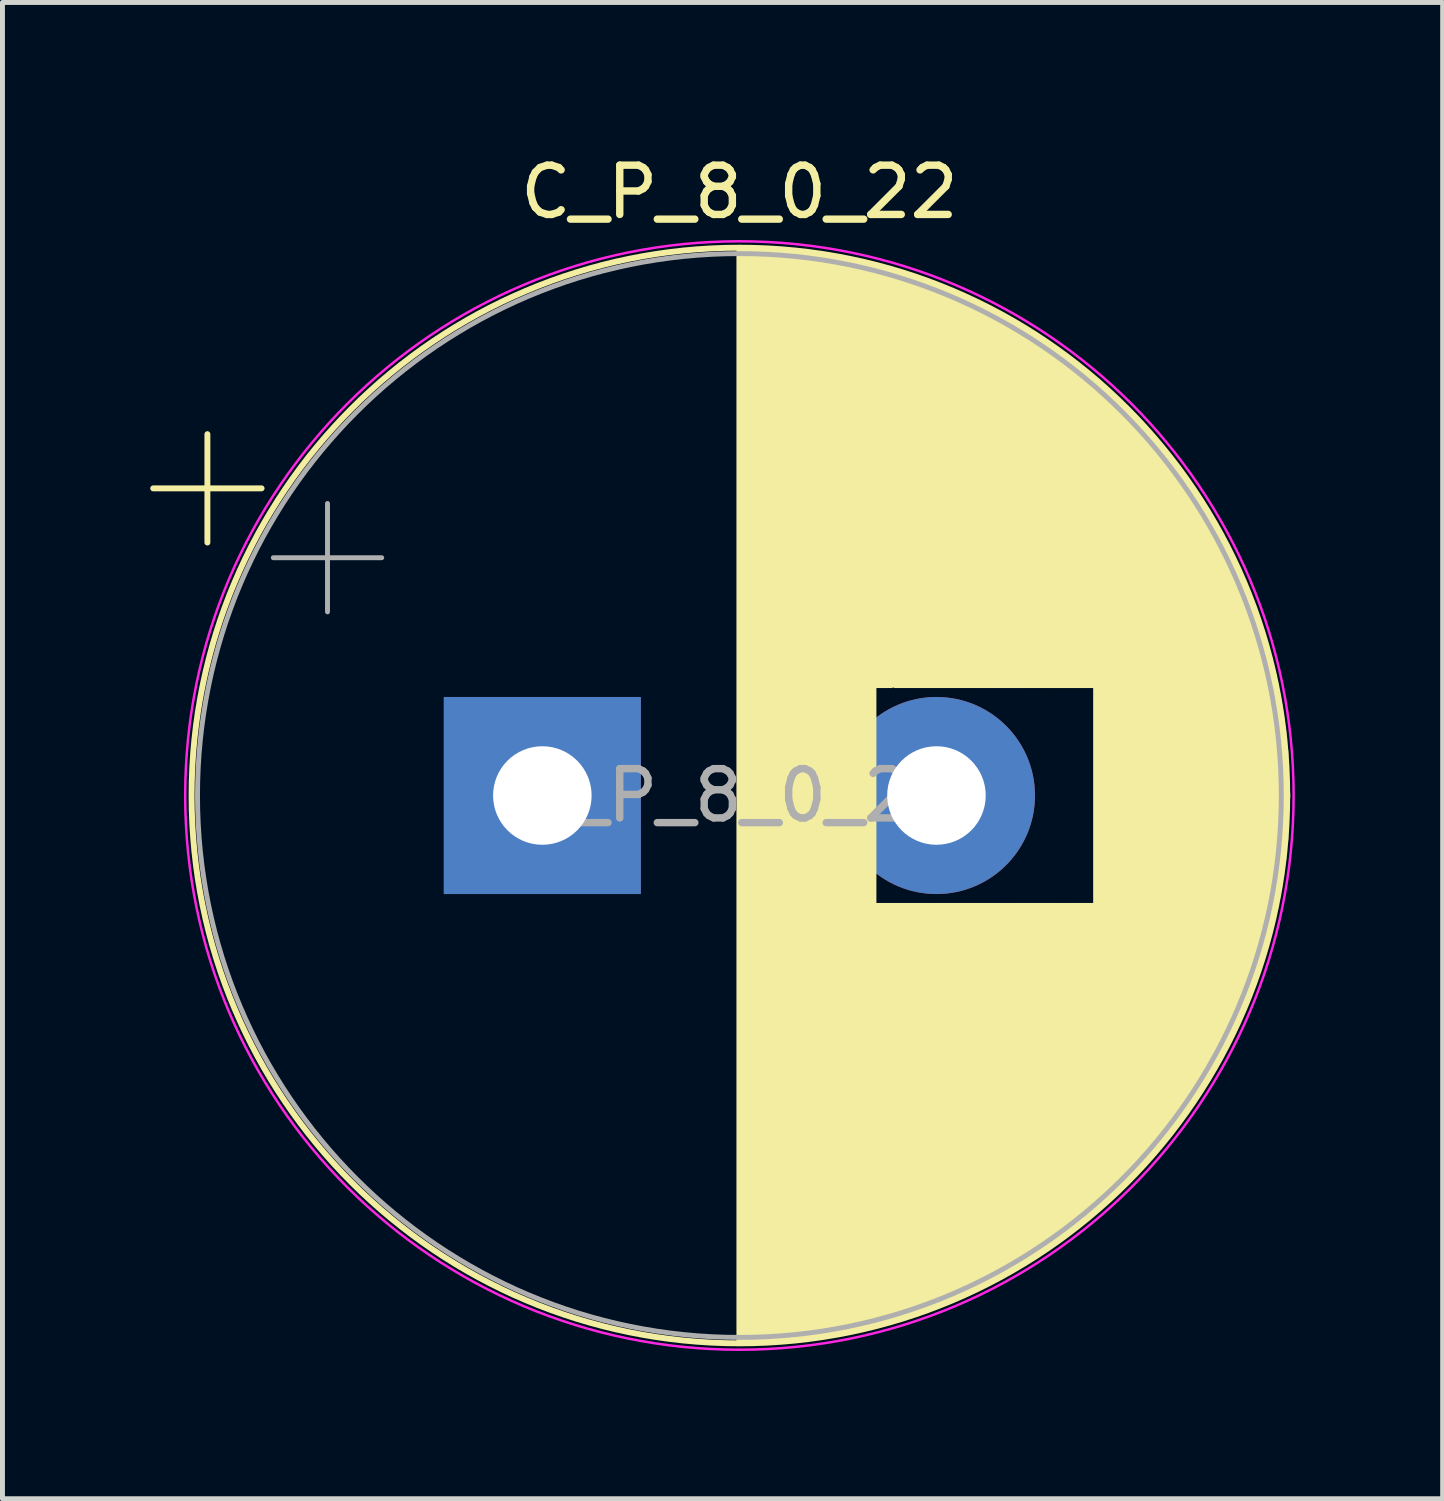
<source format=kicad_pcb>
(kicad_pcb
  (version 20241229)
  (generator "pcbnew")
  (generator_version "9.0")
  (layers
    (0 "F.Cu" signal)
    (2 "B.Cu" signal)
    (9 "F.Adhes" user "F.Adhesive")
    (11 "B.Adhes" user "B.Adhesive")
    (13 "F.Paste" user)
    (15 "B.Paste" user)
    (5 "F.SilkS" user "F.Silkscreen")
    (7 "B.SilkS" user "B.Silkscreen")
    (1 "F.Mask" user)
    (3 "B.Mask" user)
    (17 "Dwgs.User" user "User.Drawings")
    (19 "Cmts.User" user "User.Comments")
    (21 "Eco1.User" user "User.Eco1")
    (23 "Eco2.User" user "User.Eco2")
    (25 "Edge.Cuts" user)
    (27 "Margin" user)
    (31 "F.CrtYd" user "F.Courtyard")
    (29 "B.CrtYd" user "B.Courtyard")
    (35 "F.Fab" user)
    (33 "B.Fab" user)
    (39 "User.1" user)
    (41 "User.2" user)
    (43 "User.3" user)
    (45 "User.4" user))
  (footprint "C_P_8_0_22"
    (layer "F.Cu")
    (at 6.959 13.098)
    (property "Reference" "C_P_8_0_22" (at 5 -12.25 0) (layer "F.SilkS") (effects (font (size 1 1) (thickness 0.15))))
    (attr through_hole)
    (fp_line (start -6.899 -6.235) (end -4.699 -6.235) (stroke (width 0.12) (type solid)) (layer "F.SilkS"))
    (fp_line (start -5.799 -7.335) (end -5.799 -5.135) (stroke (width 0.12) (type solid)) (layer "F.SilkS"))
    (fp_line (start 5 -11.081) (end 5 11.081) (stroke (width 0.12) (type solid)) (layer "F.SilkS"))
    (fp_line (start 5.04 -11.08) (end 5.04 11.08) (stroke (width 0.12) (type solid)) (layer "F.SilkS"))
    (fp_line (start 5.08 -11.08) (end 5.08 11.08) (stroke (width 0.12) (type solid)) (layer "F.SilkS"))
    (fp_line (start 5.12 -11.08) (end 5.12 11.08) (stroke (width 0.12) (type solid)) (layer "F.SilkS"))
    (fp_line (start 5.16 -11.079) (end 5.16 11.079) (stroke (width 0.12) (type solid)) (layer "F.SilkS"))
    (fp_line (start 5.2 -11.079) (end 5.2 11.079) (stroke (width 0.12) (type solid)) (layer "F.SilkS"))
    (fp_line (start 5.24 -11.078) (end 5.24 11.078) (stroke (width 0.12) (type solid)) (layer "F.SilkS"))
    (fp_line (start 5.28 -11.077) (end 5.28 11.077) (stroke (width 0.12) (type solid)) (layer "F.SilkS"))
    (fp_line (start 5.32 -11.076) (end 5.32 11.076) (stroke (width 0.12) (type solid)) (layer "F.SilkS"))
    (fp_line (start 5.36 -11.075) (end 5.36 11.075) (stroke (width 0.12) (type solid)) (layer "F.SilkS"))
    (fp_line (start 5.4 -11.073) (end 5.4 11.073) (stroke (width 0.12) (type solid)) (layer "F.SilkS"))
    (fp_line (start 5.44 -11.072) (end 5.44 11.072) (stroke (width 0.12) (type solid)) (layer "F.SilkS"))
    (fp_line (start 5.48 -11.07) (end 5.48 11.07) (stroke (width 0.12) (type solid)) (layer "F.SilkS"))
    (fp_line (start 5.52 -11.068) (end 5.52 11.068) (stroke (width 0.12) (type solid)) (layer "F.SilkS"))
    (fp_line (start 5.56 -11.066) (end 5.56 11.066) (stroke (width 0.12) (type solid)) (layer "F.SilkS"))
    (fp_line (start 5.6 -11.064) (end 5.6 11.064) (stroke (width 0.12) (type solid)) (layer "F.SilkS"))
    (fp_line (start 5.64 -11.062) (end 5.64 11.062) (stroke (width 0.12) (type solid)) (layer "F.SilkS"))
    (fp_line (start 5.68 -11.06) (end 5.68 11.06) (stroke (width 0.12) (type solid)) (layer "F.SilkS"))
    (fp_line (start 5.721 -11.057) (end 5.721 11.057) (stroke (width 0.12) (type solid)) (layer "F.SilkS"))
    (fp_line (start 5.761 -11.054) (end 5.761 11.054) (stroke (width 0.12) (type solid)) (layer "F.SilkS"))
    (fp_line (start 5.801 -11.052) (end 5.801 11.052) (stroke (width 0.12) (type solid)) (layer "F.SilkS"))
    (fp_line (start 5.841 -11.049) (end 5.841 11.049) (stroke (width 0.12) (type solid)) (layer "F.SilkS"))
    (fp_line (start 5.881 -11.046) (end 5.881 11.046) (stroke (width 0.12) (type solid)) (layer "F.SilkS"))
    (fp_line (start 5.921 -11.042) (end 5.921 11.042) (stroke (width 0.12) (type solid)) (layer "F.SilkS"))
    (fp_line (start 5.961 -11.039) (end 5.961 11.039) (stroke (width 0.12) (type solid)) (layer "F.SilkS"))
    (fp_line (start 6.001 -11.035) (end 6.001 11.035) (stroke (width 0.12) (type solid)) (layer "F.SilkS"))
    (fp_line (start 6.041 -11.032) (end 6.041 11.032) (stroke (width 0.12) (type solid)) (layer "F.SilkS"))
    (fp_line (start 6.081 -11.028) (end 6.081 11.028) (stroke (width 0.12) (type solid)) (layer "F.SilkS"))
    (fp_line (start 6.121 -11.024) (end 6.121 11.024) (stroke (width 0.12) (type solid)) (layer "F.SilkS"))
    (fp_line (start 6.161 -11.02) (end 6.161 11.02) (stroke (width 0.12) (type solid)) (layer "F.SilkS"))
    (fp_line (start 6.201 -11.016) (end 6.201 11.016) (stroke (width 0.12) (type solid)) (layer "F.SilkS"))
    (fp_line (start 6.241 -11.011) (end 6.241 11.011) (stroke (width 0.12) (type solid)) (layer "F.SilkS"))
    (fp_line (start 6.281 -11.007) (end 6.281 11.007) (stroke (width 0.12) (type solid)) (layer "F.SilkS"))
    (fp_line (start 6.321 -11.002) (end 6.321 11.002) (stroke (width 0.12) (type solid)) (layer "F.SilkS"))
    (fp_line (start 6.361 -10.997) (end 6.361 10.997) (stroke (width 0.12) (type solid)) (layer "F.SilkS"))
    (fp_line (start 6.401 -10.992) (end 6.401 10.992) (stroke (width 0.12) (type solid)) (layer "F.SilkS"))
    (fp_line (start 6.441 -10.987) (end 6.441 10.987) (stroke (width 0.12) (type solid)) (layer "F.SilkS"))
    (fp_line (start 6.481 -10.982) (end 6.481 10.982) (stroke (width 0.12) (type solid)) (layer "F.SilkS"))
    (fp_line (start 6.521 -10.976) (end 6.521 10.976) (stroke (width 0.12) (type solid)) (layer "F.SilkS"))
    (fp_line (start 6.561 -10.971) (end 6.561 10.971) (stroke (width 0.12) (type solid)) (layer "F.SilkS"))
    (fp_line (start 6.601 -10.965) (end 6.601 10.965) (stroke (width 0.12) (type solid)) (layer "F.SilkS"))
    (fp_line (start 6.641 -10.959) (end 6.641 10.959) (stroke (width 0.12) (type solid)) (layer "F.SilkS"))
    (fp_line (start 6.681 -10.953) (end 6.681 10.953) (stroke (width 0.12) (type solid)) (layer "F.SilkS"))
    (fp_line (start 6.721 -10.947) (end 6.721 10.947) (stroke (width 0.12) (type solid)) (layer "F.SilkS"))
    (fp_line (start 6.761 -10.94) (end 6.761 10.94) (stroke (width 0.12) (type solid)) (layer "F.SilkS"))
    (fp_line (start 6.801 -10.934) (end 6.801 10.934) (stroke (width 0.12) (type solid)) (layer "F.SilkS"))
    (fp_line (start 6.881 -10.92) (end 6.881 10.92) (stroke (width 0.12) (type solid)) (layer "F.SilkS"))
    (fp_line (start 6.921 -10.913) (end 6.921 10.913) (stroke (width 0.12) (type solid)) (layer "F.SilkS"))
    (fp_line (start 6.961 -10.906) (end 6.961 10.906) (stroke (width 0.12) (type solid)) (layer "F.SilkS"))
    (fp_line (start 7.001 -10.899) (end 7.001 10.899) (stroke (width 0.12) (type solid)) (layer "F.SilkS"))
    (fp_line (start 7.041 -10.892) (end 7.041 10.892) (stroke (width 0.12) (type solid)) (layer "F.SilkS"))
    (fp_line (start 7.081 -10.884) (end 7.081 10.884) (stroke (width 0.12) (type solid)) (layer "F.SilkS"))
    (fp_line (start 7.121 -10.877) (end 7.121 10.877) (stroke (width 0.12) (type solid)) (layer "F.SilkS"))
    (fp_line (start 7.161 -10.869) (end 7.161 10.869) (stroke (width 0.12) (type solid)) (layer "F.SilkS"))
    (fp_line (start 7.201 -10.861) (end 7.201 10.861) (stroke (width 0.12) (type solid)) (layer "F.SilkS"))
    (fp_line (start 7.241 -10.853) (end 7.241 10.853) (stroke (width 0.12) (type solid)) (layer "F.SilkS"))
    (fp_line (start 7.281 -10.844) (end 7.281 10.844) (stroke (width 0.12) (type solid)) (layer "F.SilkS"))
    (fp_line (start 7.321 -10.836) (end 7.321 10.836) (stroke (width 0.12) (type solid)) (layer "F.SilkS"))
    (fp_line (start 7.361 -10.827) (end 7.361 10.827) (stroke (width 0.12) (type solid)) (layer "F.SilkS"))
    (fp_line (start 7.401 -10.818) (end 7.401 10.818) (stroke (width 0.12) (type solid)) (layer "F.SilkS"))
    (fp_line (start 7.441 -10.809) (end 7.441 10.809) (stroke (width 0.12) (type solid)) (layer "F.SilkS"))
    (fp_line (start 7.481 -10.8) (end 7.481 10.8) (stroke (width 0.12) (type solid)) (layer "F.SilkS"))
    (fp_line (start 7.521 -10.791) (end 7.521 10.791) (stroke (width 0.12) (type solid)) (layer "F.SilkS"))
    (fp_line (start 7.561 -10.782) (end 7.561 10.782) (stroke (width 0.12) (type solid)) (layer "F.SilkS"))
    (fp_line (start 7.601 -10.772) (end 7.601 10.772) (stroke (width 0.12) (type solid)) (layer "F.SilkS"))
    (fp_line (start 7.641 -10.763) (end 7.641 10.763) (stroke (width 0.12) (type solid)) (layer "F.SilkS"))
    (fp_line (start 7.681 -10.753) (end 7.681 10.753) (stroke (width 0.12) (type solid)) (layer "F.SilkS"))
    (fp_line (start 7.721 -10.743) (end 7.721 10.743) (stroke (width 0.12) (type solid)) (layer "F.SilkS"))
    (fp_line (start 7.761 -10.733) (end 7.761 -2.24) (stroke (width 0.12) (type solid)) (layer "F.SilkS"))
    (fp_line (start 7.761 2.24) (end 7.761 10.733) (stroke (width 0.12) (type solid)) (layer "F.SilkS"))
    (fp_line (start 7.801 -10.722) (end 7.801 -2.24) (stroke (width 0.12) (type solid)) (layer "F.SilkS"))
    (fp_line (start 7.801 2.24) (end 7.801 10.722) (stroke (width 0.12) (type solid)) (layer "F.SilkS"))
    (fp_line (start 7.841 -10.712) (end 7.841 -2.24) (stroke (width 0.12) (type solid)) (layer "F.SilkS"))
    (fp_line (start 7.841 2.24) (end 7.841 10.712) (stroke (width 0.12) (type solid)) (layer "F.SilkS"))
    (fp_line (start 7.881 -10.701) (end 7.881 -2.24) (stroke (width 0.12) (type solid)) (layer "F.SilkS"))
    (fp_line (start 7.881 2.24) (end 7.881 10.701) (stroke (width 0.12) (type solid)) (layer "F.SilkS"))
    (fp_line (start 7.921 -10.69) (end 7.921 -2.24) (stroke (width 0.12) (type solid)) (layer "F.SilkS"))
    (fp_line (start 7.921 2.24) (end 7.921 10.69) (stroke (width 0.12) (type solid)) (layer "F.SilkS"))
    (fp_line (start 7.961 -10.679) (end 7.961 -2.24) (stroke (width 0.12) (type solid)) (layer "F.SilkS"))
    (fp_line (start 7.961 2.24) (end 7.961 10.679) (stroke (width 0.12) (type solid)) (layer "F.SilkS"))
    (fp_line (start 8.001 -10.668) (end 8.001 -2.24) (stroke (width 0.12) (type solid)) (layer "F.SilkS"))
    (fp_line (start 8.001 2.24) (end 8.001 10.668) (stroke (width 0.12) (type solid)) (layer "F.SilkS"))
    (fp_line (start 8.041 -10.657) (end 8.041 -2.24) (stroke (width 0.12) (type solid)) (layer "F.SilkS"))
    (fp_line (start 8.041 2.24) (end 8.041 10.657) (stroke (width 0.12) (type solid)) (layer "F.SilkS"))
    (fp_line (start 8.081 -10.645) (end 8.081 -2.24) (stroke (width 0.12) (type solid)) (layer "F.SilkS"))
    (fp_line (start 8.081 2.24) (end 8.081 10.645) (stroke (width 0.12) (type solid)) (layer "F.SilkS"))
    (fp_line (start 8.121 2.24) (end 8.121 10.634) (stroke (width 0.12) (type solid)) (layer "F.SilkS"))
    (fp_line (start 8.161 -10.622) (end 8.161 -2.24) (stroke (width 0.12) (type solid)) (layer "F.SilkS"))
    (fp_line (start 8.161 2.24) (end 8.161 10.622) (stroke (width 0.12) (type solid)) (layer "F.SilkS"))
    (fp_line (start 8.201 -10.61) (end 8.201 -2.24) (stroke (width 0.12) (type solid)) (layer "F.SilkS"))
    (fp_line (start 8.201 2.24) (end 8.201 10.61) (stroke (width 0.12) (type solid)) (layer "F.SilkS"))
    (fp_line (start 8.241 -10.598) (end 8.241 -2.24) (stroke (width 0.12) (type solid)) (layer "F.SilkS"))
    (fp_line (start 8.241 2.24) (end 8.241 10.598) (stroke (width 0.12) (type solid)) (layer "F.SilkS"))
    (fp_line (start 8.281 -10.586) (end 8.281 -2.24) (stroke (width 0.12) (type solid)) (layer "F.SilkS"))
    (fp_line (start 8.281 2.24) (end 8.281 10.586) (stroke (width 0.12) (type solid)) (layer "F.SilkS"))
    (fp_line (start 8.321 -10.573) (end 8.321 -2.24) (stroke (width 0.12) (type solid)) (layer "F.SilkS"))
    (fp_line (start 8.321 2.24) (end 8.321 10.573) (stroke (width 0.12) (type solid)) (layer "F.SilkS"))
    (fp_line (start 8.361 -10.561) (end 8.361 -2.24) (stroke (width 0.12) (type solid)) (layer "F.SilkS"))
    (fp_line (start 8.361 2.24) (end 8.361 10.561) (stroke (width 0.12) (type solid)) (layer "F.SilkS"))
    (fp_line (start 8.401 -10.548) (end 8.401 -2.24) (stroke (width 0.12) (type solid)) (layer "F.SilkS"))
    (fp_line (start 8.401 2.24) (end 8.401 10.548) (stroke (width 0.12) (type solid)) (layer "F.SilkS"))
    (fp_line (start 8.441 -10.535) (end 8.441 -2.24) (stroke (width 0.12) (type solid)) (layer "F.SilkS"))
    (fp_line (start 8.441 2.24) (end 8.441 10.535) (stroke (width 0.12) (type solid)) (layer "F.SilkS"))
    (fp_line (start 8.481 -10.522) (end 8.481 -2.24) (stroke (width 0.12) (type solid)) (layer "F.SilkS"))
    (fp_line (start 8.481 2.24) (end 8.481 10.522) (stroke (width 0.12) (type solid)) (layer "F.SilkS"))
    (fp_line (start 8.521 -10.509) (end 8.521 -2.24) (stroke (width 0.12) (type solid)) (layer "F.SilkS"))
    (fp_line (start 8.521 2.24) (end 8.521 10.509) (stroke (width 0.12) (type solid)) (layer "F.SilkS"))
    (fp_line (start 8.561 -10.495) (end 8.561 -2.24) (stroke (width 0.12) (type solid)) (layer "F.SilkS"))
    (fp_line (start 8.561 2.24) (end 8.561 10.495) (stroke (width 0.12) (type solid)) (layer "F.SilkS"))
    (fp_line (start 8.601 -10.482) (end 8.601 -2.24) (stroke (width 0.12) (type solid)) (layer "F.SilkS"))
    (fp_line (start 8.601 2.24) (end 8.601 10.482) (stroke (width 0.12) (type solid)) (layer "F.SilkS"))
    (fp_line (start 8.641 -10.468) (end 8.641 -2.24) (stroke (width 0.12) (type solid)) (layer "F.SilkS"))
    (fp_line (start 8.641 2.24) (end 8.641 10.468) (stroke (width 0.12) (type solid)) (layer "F.SilkS"))
    (fp_line (start 8.681 -10.454) (end 8.681 -2.24) (stroke (width 0.12) (type solid)) (layer "F.SilkS"))
    (fp_line (start 8.681 2.24) (end 8.681 10.454) (stroke (width 0.12) (type solid)) (layer "F.SilkS"))
    (fp_line (start 8.721 -10.44) (end 8.721 -2.24) (stroke (width 0.12) (type solid)) (layer "F.SilkS"))
    (fp_line (start 8.721 2.24) (end 8.721 10.44) (stroke (width 0.12) (type solid)) (layer "F.SilkS"))
    (fp_line (start 8.761 -10.426) (end 8.761 -2.24) (stroke (width 0.12) (type solid)) (layer "F.SilkS"))
    (fp_line (start 8.761 2.24) (end 8.761 10.426) (stroke (width 0.12) (type solid)) (layer "F.SilkS"))
    (fp_line (start 8.801 -10.411) (end 8.801 -2.24) (stroke (width 0.12) (type solid)) (layer "F.SilkS"))
    (fp_line (start 8.801 2.24) (end 8.801 10.411) (stroke (width 0.12) (type solid)) (layer "F.SilkS"))
    (fp_line (start 8.841 -10.396) (end 8.841 -2.24) (stroke (width 0.12) (type solid)) (layer "F.SilkS"))
    (fp_line (start 8.841 2.24) (end 8.841 10.396) (stroke (width 0.12) (type solid)) (layer "F.SilkS"))
    (fp_line (start 8.881 -10.382) (end 8.881 -2.24) (stroke (width 0.12) (type solid)) (layer "F.SilkS"))
    (fp_line (start 8.881 2.24) (end 8.881 10.382) (stroke (width 0.12) (type solid)) (layer "F.SilkS"))
    (fp_line (start 8.921 -10.367) (end 8.921 -2.24) (stroke (width 0.12) (type solid)) (layer "F.SilkS"))
    (fp_line (start 8.921 2.24) (end 8.921 10.367) (stroke (width 0.12) (type solid)) (layer "F.SilkS"))
    (fp_line (start 8.961 -10.351) (end 8.961 -2.24) (stroke (width 0.12) (type solid)) (layer "F.SilkS"))
    (fp_line (start 8.961 2.24) (end 8.961 10.351) (stroke (width 0.12) (type solid)) (layer "F.SilkS"))
    (fp_line (start 9.001 -10.336) (end 9.001 -2.24) (stroke (width 0.12) (type solid)) (layer "F.SilkS"))
    (fp_line (start 9.001 2.24) (end 9.001 10.336) (stroke (width 0.12) (type solid)) (layer "F.SilkS"))
    (fp_line (start 9.041 -10.321) (end 9.041 -2.24) (stroke (width 0.12) (type solid)) (layer "F.SilkS"))
    (fp_line (start 9.041 2.24) (end 9.041 10.321) (stroke (width 0.12) (type solid)) (layer "F.SilkS"))
    (fp_line (start 9.081 -10.305) (end 9.081 -2.24) (stroke (width 0.12) (type solid)) (layer "F.SilkS"))
    (fp_line (start 9.081 2.24) (end 9.081 10.305) (stroke (width 0.12) (type solid)) (layer "F.SilkS"))
    (fp_line (start 9.121 -10.289) (end 9.121 -2.24) (stroke (width 0.12) (type solid)) (layer "F.SilkS"))
    (fp_line (start 9.121 2.24) (end 9.121 10.289) (stroke (width 0.12) (type solid)) (layer "F.SilkS"))
    (fp_line (start 9.161 -10.273) (end 9.161 -2.24) (stroke (width 0.12) (type solid)) (layer "F.SilkS"))
    (fp_line (start 9.161 2.24) (end 9.161 10.273) (stroke (width 0.12) (type solid)) (layer "F.SilkS"))
    (fp_line (start 9.201 -10.257) (end 9.201 -2.24) (stroke (width 0.12) (type solid)) (layer "F.SilkS"))
    (fp_line (start 9.201 2.24) (end 9.201 10.257) (stroke (width 0.12) (type solid)) (layer "F.SilkS"))
    (fp_line (start 9.241 -10.24) (end 9.241 -2.24) (stroke (width 0.12) (type solid)) (layer "F.SilkS"))
    (fp_line (start 9.241 2.24) (end 9.241 10.24) (stroke (width 0.12) (type solid)) (layer "F.SilkS"))
    (fp_line (start 9.281 -10.224) (end 9.281 -2.24) (stroke (width 0.12) (type solid)) (layer "F.SilkS"))
    (fp_line (start 9.281 2.24) (end 9.281 10.224) (stroke (width 0.12) (type solid)) (layer "F.SilkS"))
    (fp_line (start 9.321 -10.207) (end 9.321 -2.24) (stroke (width 0.12) (type solid)) (layer "F.SilkS"))
    (fp_line (start 9.321 2.24) (end 9.321 10.207) (stroke (width 0.12) (type solid)) (layer "F.SilkS"))
    (fp_line (start 9.361 -10.19) (end 9.361 -2.24) (stroke (width 0.12) (type solid)) (layer "F.SilkS"))
    (fp_line (start 9.361 2.24) (end 9.361 10.19) (stroke (width 0.12) (type solid)) (layer "F.SilkS"))
    (fp_line (start 9.401 -10.173) (end 9.401 -2.24) (stroke (width 0.12) (type solid)) (layer "F.SilkS"))
    (fp_line (start 9.401 2.24) (end 9.401 10.173) (stroke (width 0.12) (type solid)) (layer "F.SilkS"))
    (fp_line (start 9.441 -10.156) (end 9.441 -2.24) (stroke (width 0.12) (type solid)) (layer "F.SilkS"))
    (fp_line (start 9.441 2.24) (end 9.441 10.156) (stroke (width 0.12) (type solid)) (layer "F.SilkS"))
    (fp_line (start 9.481 -10.138) (end 9.481 -2.24) (stroke (width 0.12) (type solid)) (layer "F.SilkS"))
    (fp_line (start 9.481 2.24) (end 9.481 10.138) (stroke (width 0.12) (type solid)) (layer "F.SilkS"))
    (fp_line (start 9.521 -10.12) (end 9.521 -2.24) (stroke (width 0.12) (type solid)) (layer "F.SilkS"))
    (fp_line (start 9.521 2.24) (end 9.521 10.12) (stroke (width 0.12) (type solid)) (layer "F.SilkS"))
    (fp_line (start 9.561 -10.103) (end 9.561 -2.24) (stroke (width 0.12) (type solid)) (layer "F.SilkS"))
    (fp_line (start 9.561 2.24) (end 9.561 10.103) (stroke (width 0.12) (type solid)) (layer "F.SilkS"))
    (fp_line (start 9.601 -10.084) (end 9.601 -2.24) (stroke (width 0.12) (type solid)) (layer "F.SilkS"))
    (fp_line (start 9.601 2.24) (end 9.601 10.084) (stroke (width 0.12) (type solid)) (layer "F.SilkS"))
    (fp_line (start 9.641 -10.066) (end 9.641 -2.24) (stroke (width 0.12) (type solid)) (layer "F.SilkS"))
    (fp_line (start 9.641 2.24) (end 9.641 10.066) (stroke (width 0.12) (type solid)) (layer "F.SilkS"))
    (fp_line (start 9.681 -10.048) (end 9.681 -2.24) (stroke (width 0.12) (type solid)) (layer "F.SilkS"))
    (fp_line (start 9.681 2.24) (end 9.681 10.048) (stroke (width 0.12) (type solid)) (layer "F.SilkS"))
    (fp_line (start 9.721 -10.029) (end 9.721 -2.24) (stroke (width 0.12) (type solid)) (layer "F.SilkS"))
    (fp_line (start 9.721 2.24) (end 9.721 10.029) (stroke (width 0.12) (type solid)) (layer "F.SilkS"))
    (fp_line (start 9.761 -10.01) (end 9.761 -2.24) (stroke (width 0.12) (type solid)) (layer "F.SilkS"))
    (fp_line (start 9.761 2.24) (end 9.761 10.01) (stroke (width 0.12) (type solid)) (layer "F.SilkS"))
    (fp_line (start 9.801 -9.991) (end 9.801 -2.24) (stroke (width 0.12) (type solid)) (layer "F.SilkS"))
    (fp_line (start 9.801 2.24) (end 9.801 9.991) (stroke (width 0.12) (type solid)) (layer "F.SilkS"))
    (fp_line (start 9.841 -9.972) (end 9.841 -2.24) (stroke (width 0.12) (type solid)) (layer "F.SilkS"))
    (fp_line (start 9.841 2.24) (end 9.841 9.972) (stroke (width 0.12) (type solid)) (layer "F.SilkS"))
    (fp_line (start 9.881 -9.952) (end 9.881 -2.24) (stroke (width 0.12) (type solid)) (layer "F.SilkS"))
    (fp_line (start 9.881 2.24) (end 9.881 9.952) (stroke (width 0.12) (type solid)) (layer "F.SilkS"))
    (fp_line (start 9.921 -9.933) (end 9.921 -2.24) (stroke (width 0.12) (type solid)) (layer "F.SilkS"))
    (fp_line (start 9.921 2.24) (end 9.921 9.933) (stroke (width 0.12) (type solid)) (layer "F.SilkS"))
    (fp_line (start 9.961 -9.913) (end 9.961 -2.24) (stroke (width 0.12) (type solid)) (layer "F.SilkS"))
    (fp_line (start 9.961 2.24) (end 9.961 9.913) (stroke (width 0.12) (type solid)) (layer "F.SilkS"))
    (fp_line (start 10.001 -9.893) (end 10.001 -2.24) (stroke (width 0.12) (type solid)) (layer "F.SilkS"))
    (fp_line (start 10.001 2.24) (end 10.001 9.893) (stroke (width 0.12) (type solid)) (layer "F.SilkS"))
    (fp_line (start 10.041 -9.873) (end 10.041 -2.24) (stroke (width 0.12) (type solid)) (layer "F.SilkS"))
    (fp_line (start 10.041 2.24) (end 10.041 9.873) (stroke (width 0.12) (type solid)) (layer "F.SilkS"))
    (fp_line (start 10.081 -9.852) (end 10.081 -2.24) (stroke (width 0.12) (type solid)) (layer "F.SilkS"))
    (fp_line (start 10.081 2.24) (end 10.081 9.852) (stroke (width 0.12) (type solid)) (layer "F.SilkS"))
    (fp_line (start 10.121 -9.832) (end 10.121 -2.24) (stroke (width 0.12) (type solid)) (layer "F.SilkS"))
    (fp_line (start 10.121 2.24) (end 10.121 9.832) (stroke (width 0.12) (type solid)) (layer "F.SilkS"))
    (fp_line (start 10.161 -9.811) (end 10.161 -2.24) (stroke (width 0.12) (type solid)) (layer "F.SilkS"))
    (fp_line (start 10.161 2.24) (end 10.161 9.811) (stroke (width 0.12) (type solid)) (layer "F.SilkS"))
    (fp_line (start 10.201 -9.79) (end 10.201 -2.24) (stroke (width 0.12) (type solid)) (layer "F.SilkS"))
    (fp_line (start 10.201 2.24) (end 10.201 9.79) (stroke (width 0.12) (type solid)) (layer "F.SilkS"))
    (fp_line (start 10.241 -9.768) (end 10.241 -2.24) (stroke (width 0.12) (type solid)) (layer "F.SilkS"))
    (fp_line (start 10.241 2.24) (end 10.241 9.768) (stroke (width 0.12) (type solid)) (layer "F.SilkS"))
    (fp_line (start 10.281 -9.747) (end 10.281 -2.24) (stroke (width 0.12) (type solid)) (layer "F.SilkS"))
    (fp_line (start 10.281 2.24) (end 10.281 9.747) (stroke (width 0.12) (type solid)) (layer "F.SilkS"))
    (fp_line (start 10.321 -9.725) (end 10.321 -2.24) (stroke (width 0.12) (type solid)) (layer "F.SilkS"))
    (fp_line (start 10.321 2.24) (end 10.321 9.725) (stroke (width 0.12) (type solid)) (layer "F.SilkS"))
    (fp_line (start 10.361 -9.703) (end 10.361 -2.24) (stroke (width 0.12) (type solid)) (layer "F.SilkS"))
    (fp_line (start 10.361 2.24) (end 10.361 9.703) (stroke (width 0.12) (type solid)) (layer "F.SilkS"))
    (fp_line (start 10.401 -9.681) (end 10.401 -2.24) (stroke (width 0.12) (type solid)) (layer "F.SilkS"))
    (fp_line (start 10.401 2.24) (end 10.401 9.681) (stroke (width 0.12) (type solid)) (layer "F.SilkS"))
    (fp_line (start 10.441 -9.659) (end 10.441 -2.24) (stroke (width 0.12) (type solid)) (layer "F.SilkS"))
    (fp_line (start 10.441 2.24) (end 10.441 9.659) (stroke (width 0.12) (type solid)) (layer "F.SilkS"))
    (fp_line (start 10.481 -9.636) (end 10.481 -2.24) (stroke (width 0.12) (type solid)) (layer "F.SilkS"))
    (fp_line (start 10.481 2.24) (end 10.481 9.636) (stroke (width 0.12) (type solid)) (layer "F.SilkS"))
    (fp_line (start 10.521 -9.614) (end 10.521 -2.24) (stroke (width 0.12) (type solid)) (layer "F.SilkS"))
    (fp_line (start 10.521 2.24) (end 10.521 9.614) (stroke (width 0.12) (type solid)) (layer "F.SilkS"))
    (fp_line (start 10.561 -9.591) (end 10.561 -2.24) (stroke (width 0.12) (type solid)) (layer "F.SilkS"))
    (fp_line (start 10.561 2.24) (end 10.561 9.591) (stroke (width 0.12) (type solid)) (layer "F.SilkS"))
    (fp_line (start 10.601 -9.567) (end 10.601 -2.24) (stroke (width 0.12) (type solid)) (layer "F.SilkS"))
    (fp_line (start 10.601 2.24) (end 10.601 9.567) (stroke (width 0.12) (type solid)) (layer "F.SilkS"))
    (fp_line (start 10.641 -9.544) (end 10.641 -2.24) (stroke (width 0.12) (type solid)) (layer "F.SilkS"))
    (fp_line (start 10.641 2.24) (end 10.641 9.544) (stroke (width 0.12) (type solid)) (layer "F.SilkS"))
    (fp_line (start 10.681 -9.52) (end 10.681 -2.24) (stroke (width 0.12) (type solid)) (layer "F.SilkS"))
    (fp_line (start 10.681 2.24) (end 10.681 9.52) (stroke (width 0.12) (type solid)) (layer "F.SilkS"))
    (fp_line (start 10.721 -9.497) (end 10.721 -2.24) (stroke (width 0.12) (type solid)) (layer "F.SilkS"))
    (fp_line (start 10.721 2.24) (end 10.721 9.497) (stroke (width 0.12) (type solid)) (layer "F.SilkS"))
    (fp_line (start 10.761 -9.472) (end 10.761 -2.24) (stroke (width 0.12) (type solid)) (layer "F.SilkS"))
    (fp_line (start 10.761 2.24) (end 10.761 9.472) (stroke (width 0.12) (type solid)) (layer "F.SilkS"))
    (fp_line (start 10.801 -9.448) (end 10.801 -2.24) (stroke (width 0.12) (type solid)) (layer "F.SilkS"))
    (fp_line (start 10.801 2.24) (end 10.801 9.448) (stroke (width 0.12) (type solid)) (layer "F.SilkS"))
    (fp_line (start 10.841 -9.424) (end 10.841 -2.24) (stroke (width 0.12) (type solid)) (layer "F.SilkS"))
    (fp_line (start 10.841 2.24) (end 10.841 9.424) (stroke (width 0.12) (type solid)) (layer "F.SilkS"))
    (fp_line (start 10.881 -9.399) (end 10.881 -2.24) (stroke (width 0.12) (type solid)) (layer "F.SilkS"))
    (fp_line (start 10.881 2.24) (end 10.881 9.399) (stroke (width 0.12) (type solid)) (layer "F.SilkS"))
    (fp_line (start 10.921 -9.374) (end 10.921 -2.24) (stroke (width 0.12) (type solid)) (layer "F.SilkS"))
    (fp_line (start 10.921 2.24) (end 10.921 9.374) (stroke (width 0.12) (type solid)) (layer "F.SilkS"))
    (fp_line (start 10.961 -9.348) (end 10.961 -2.24) (stroke (width 0.12) (type solid)) (layer "F.SilkS"))
    (fp_line (start 10.961 2.24) (end 10.961 9.348) (stroke (width 0.12) (type solid)) (layer "F.SilkS"))
    (fp_line (start 11.001 -9.323) (end 11.001 -2.24) (stroke (width 0.12) (type solid)) (layer "F.SilkS"))
    (fp_line (start 11.001 2.24) (end 11.001 9.323) (stroke (width 0.12) (type solid)) (layer "F.SilkS"))
    (fp_line (start 11.041 -9.297) (end 11.041 -2.24) (stroke (width 0.12) (type solid)) (layer "F.SilkS"))
    (fp_line (start 11.041 2.24) (end 11.041 9.297) (stroke (width 0.12) (type solid)) (layer "F.SilkS"))
    (fp_line (start 11.081 -9.271) (end 11.081 -2.24) (stroke (width 0.12) (type solid)) (layer "F.SilkS"))
    (fp_line (start 11.081 2.24) (end 11.081 9.271) (stroke (width 0.12) (type solid)) (layer "F.SilkS"))
    (fp_line (start 11.121 -9.245) (end 11.121 -2.24) (stroke (width 0.12) (type solid)) (layer "F.SilkS"))
    (fp_line (start 11.121 2.24) (end 11.121 9.245) (stroke (width 0.12) (type solid)) (layer "F.SilkS"))
    (fp_line (start 11.161 -9.218) (end 11.161 -2.24) (stroke (width 0.12) (type solid)) (layer "F.SilkS"))
    (fp_line (start 11.161 2.24) (end 11.161 9.218) (stroke (width 0.12) (type solid)) (layer "F.SilkS"))
    (fp_line (start 11.201 -9.192) (end 11.201 -2.24) (stroke (width 0.12) (type solid)) (layer "F.SilkS"))
    (fp_line (start 11.201 2.24) (end 11.201 9.192) (stroke (width 0.12) (type solid)) (layer "F.SilkS"))
    (fp_line (start 11.241 -9.165) (end 11.241 -2.24) (stroke (width 0.12) (type solid)) (layer "F.SilkS"))
    (fp_line (start 11.241 2.24) (end 11.241 9.165) (stroke (width 0.12) (type solid)) (layer "F.SilkS"))
    (fp_line (start 11.281 -9.137) (end 11.281 -2.24) (stroke (width 0.12) (type solid)) (layer "F.SilkS"))
    (fp_line (start 11.281 2.24) (end 11.281 9.137) (stroke (width 0.12) (type solid)) (layer "F.SilkS"))
    (fp_line (start 11.321 -9.11) (end 11.321 -2.24) (stroke (width 0.12) (type solid)) (layer "F.SilkS"))
    (fp_line (start 11.321 2.24) (end 11.321 9.11) (stroke (width 0.12) (type solid)) (layer "F.SilkS"))
    (fp_line (start 11.361 -9.082) (end 11.361 -2.24) (stroke (width 0.12) (type solid)) (layer "F.SilkS"))
    (fp_line (start 11.361 2.24) (end 11.361 9.082) (stroke (width 0.12) (type solid)) (layer "F.SilkS"))
    (fp_line (start 11.401 -9.054) (end 11.401 -2.24) (stroke (width 0.12) (type solid)) (layer "F.SilkS"))
    (fp_line (start 11.401 2.24) (end 11.401 9.054) (stroke (width 0.12) (type solid)) (layer "F.SilkS"))
    (fp_line (start 11.441 -9.026) (end 11.441 -2.24) (stroke (width 0.12) (type solid)) (layer "F.SilkS"))
    (fp_line (start 11.441 2.24) (end 11.441 9.026) (stroke (width 0.12) (type solid)) (layer "F.SilkS"))
    (fp_line (start 11.481 -8.997) (end 11.481 -2.24) (stroke (width 0.12) (type solid)) (layer "F.SilkS"))
    (fp_line (start 11.481 2.24) (end 11.481 8.997) (stroke (width 0.12) (type solid)) (layer "F.SilkS"))
    (fp_line (start 11.521 -8.968) (end 11.521 -2.24) (stroke (width 0.12) (type solid)) (layer "F.SilkS"))
    (fp_line (start 11.521 2.24) (end 11.521 8.968) (stroke (width 0.12) (type solid)) (layer "F.SilkS"))
    (fp_line (start 11.561 -8.939) (end 11.561 -2.24) (stroke (width 0.12) (type solid)) (layer "F.SilkS"))
    (fp_line (start 11.561 2.24) (end 11.561 8.939) (stroke (width 0.12) (type solid)) (layer "F.SilkS"))
    (fp_line (start 11.601 -8.91) (end 11.601 -2.24) (stroke (width 0.12) (type solid)) (layer "F.SilkS"))
    (fp_line (start 11.601 2.24) (end 11.601 8.91) (stroke (width 0.12) (type solid)) (layer "F.SilkS"))
    (fp_line (start 11.641 -8.88) (end 11.641 -2.24) (stroke (width 0.12) (type solid)) (layer "F.SilkS"))
    (fp_line (start 11.641 2.24) (end 11.641 8.88) (stroke (width 0.12) (type solid)) (layer "F.SilkS"))
    (fp_line (start 11.681 -8.85) (end 11.681 -2.24) (stroke (width 0.12) (type solid)) (layer "F.SilkS"))
    (fp_line (start 11.681 2.24) (end 11.681 8.85) (stroke (width 0.12) (type solid)) (layer "F.SilkS"))
    (fp_line (start 11.721 -8.82) (end 11.721 -2.24) (stroke (width 0.12) (type solid)) (layer "F.SilkS"))
    (fp_line (start 11.721 2.24) (end 11.721 8.82) (stroke (width 0.12) (type solid)) (layer "F.SilkS"))
    (fp_line (start 11.761 -8.79) (end 11.761 -2.24) (stroke (width 0.12) (type solid)) (layer "F.SilkS"))
    (fp_line (start 11.761 2.24) (end 11.761 8.79) (stroke (width 0.12) (type solid)) (layer "F.SilkS"))
    (fp_line (start 11.801 -8.759) (end 11.801 -2.24) (stroke (width 0.12) (type solid)) (layer "F.SilkS"))
    (fp_line (start 11.801 2.24) (end 11.801 8.759) (stroke (width 0.12) (type solid)) (layer "F.SilkS"))
    (fp_line (start 11.841 -8.728) (end 11.841 -2.24) (stroke (width 0.12) (type solid)) (layer "F.SilkS"))
    (fp_line (start 11.841 2.24) (end 11.841 8.728) (stroke (width 0.12) (type solid)) (layer "F.SilkS"))
    (fp_line (start 11.881 -8.697) (end 11.881 -2.24) (stroke (width 0.12) (type solid)) (layer "F.SilkS"))
    (fp_line (start 11.881 2.24) (end 11.881 8.697) (stroke (width 0.12) (type solid)) (layer "F.SilkS"))
    (fp_line (start 11.921 -8.665) (end 11.921 -2.24) (stroke (width 0.12) (type solid)) (layer "F.SilkS"))
    (fp_line (start 11.921 2.24) (end 11.921 8.665) (stroke (width 0.12) (type solid)) (layer "F.SilkS"))
    (fp_line (start 11.961 -8.633) (end 11.961 -2.24) (stroke (width 0.12) (type solid)) (layer "F.SilkS"))
    (fp_line (start 11.961 2.24) (end 11.961 8.633) (stroke (width 0.12) (type solid)) (layer "F.SilkS"))
    (fp_line (start 12.001 -8.601) (end 12.001 -2.24) (stroke (width 0.12) (type solid)) (layer "F.SilkS"))
    (fp_line (start 12.001 2.24) (end 12.001 8.601) (stroke (width 0.12) (type solid)) (layer "F.SilkS"))
    (fp_line (start 12.041 -8.568) (end 12.041 -2.24) (stroke (width 0.12) (type solid)) (layer "F.SilkS"))
    (fp_line (start 12.041 2.24) (end 12.041 8.568) (stroke (width 0.12) (type solid)) (layer "F.SilkS"))
    (fp_line (start 12.081 -8.535) (end 12.081 -2.24) (stroke (width 0.12) (type solid)) (layer "F.SilkS"))
    (fp_line (start 12.081 2.24) (end 12.081 8.535) (stroke (width 0.12) (type solid)) (layer "F.SilkS"))
    (fp_line (start 12.121 -8.502) (end 12.121 -2.24) (stroke (width 0.12) (type solid)) (layer "F.SilkS"))
    (fp_line (start 12.121 2.24) (end 12.121 8.502) (stroke (width 0.12) (type solid)) (layer "F.SilkS"))
    (fp_line (start 12.161 -8.469) (end 12.161 -2.24) (stroke (width 0.12) (type solid)) (layer "F.SilkS"))
    (fp_line (start 12.161 2.24) (end 12.161 8.469) (stroke (width 0.12) (type solid)) (layer "F.SilkS"))
    (fp_line (start 12.201 -8.435) (end 12.201 -2.24) (stroke (width 0.12) (type solid)) (layer "F.SilkS"))
    (fp_line (start 12.201 2.24) (end 12.201 8.435) (stroke (width 0.12) (type solid)) (layer "F.SilkS"))
    (fp_line (start 12.241 -8.401) (end 12.241 8.401) (stroke (width 0.12) (type solid)) (layer "F.SilkS"))
    (fp_line (start 12.281 -8.366) (end 12.281 8.366) (stroke (width 0.12) (type solid)) (layer "F.SilkS"))
    (fp_line (start 12.321 -8.331) (end 12.321 8.331) (stroke (width 0.12) (type solid)) (layer "F.SilkS"))
    (fp_line (start 12.361 -8.296) (end 12.361 8.296) (stroke (width 0.12) (type solid)) (layer "F.SilkS"))
    (fp_line (start 12.401 -8.261) (end 12.401 8.261) (stroke (width 0.12) (type solid)) (layer "F.SilkS"))
    (fp_line (start 12.441 -8.225) (end 12.441 8.225) (stroke (width 0.12) (type solid)) (layer "F.SilkS"))
    (fp_line (start 12.481 -8.189) (end 12.481 8.189) (stroke (width 0.12) (type solid)) (layer "F.SilkS"))
    (fp_line (start 12.521 -8.152) (end 12.521 8.152) (stroke (width 0.12) (type solid)) (layer "F.SilkS"))
    (fp_line (start 12.561 -8.115) (end 12.561 8.115) (stroke (width 0.12) (type solid)) (layer "F.SilkS"))
    (fp_line (start 12.601 -8.078) (end 12.601 8.078) (stroke (width 0.12) (type solid)) (layer "F.SilkS"))
    (fp_line (start 12.641 -8.04) (end 12.641 8.04) (stroke (width 0.12) (type solid)) (layer "F.SilkS"))
    (fp_line (start 12.681 -8.002) (end 12.681 8.002) (stroke (width 0.12) (type solid)) (layer "F.SilkS"))
    (fp_line (start 12.721 -7.964) (end 12.721 7.964) (stroke (width 0.12) (type solid)) (layer "F.SilkS"))
    (fp_line (start 12.761 -7.925) (end 12.761 7.925) (stroke (width 0.12) (type solid)) (layer "F.SilkS"))
    (fp_line (start 12.801 -7.886) (end 12.801 7.886) (stroke (width 0.12) (type solid)) (layer "F.SilkS"))
    (fp_line (start 12.841 -7.846) (end 12.841 7.846) (stroke (width 0.12) (type solid)) (layer "F.SilkS"))
    (fp_line (start 12.881 -7.807) (end 12.881 7.807) (stroke (width 0.12) (type solid)) (layer "F.SilkS"))
    (fp_line (start 12.921 -7.766) (end 12.921 7.766) (stroke (width 0.12) (type solid)) (layer "F.SilkS"))
    (fp_line (start 12.961 -7.725) (end 12.961 7.725) (stroke (width 0.12) (type solid)) (layer "F.SilkS"))
    (fp_line (start 13.001 -7.684) (end 13.001 7.684) (stroke (width 0.12) (type solid)) (layer "F.SilkS"))
    (fp_line (start 13.041 -7.642) (end 13.041 7.642) (stroke (width 0.12) (type solid)) (layer "F.SilkS"))
    (fp_line (start 13.081 -7.6) (end 13.081 7.6) (stroke (width 0.12) (type solid)) (layer "F.SilkS"))
    (fp_line (start 13.121 -7.558) (end 13.121 7.558) (stroke (width 0.12) (type solid)) (layer "F.SilkS"))
    (fp_line (start 13.161 -7.515) (end 13.161 7.515) (stroke (width 0.12) (type solid)) (layer "F.SilkS"))
    (fp_line (start 13.2 -7.471) (end 13.2 7.471) (stroke (width 0.12) (type solid)) (layer "F.SilkS"))
    (fp_line (start 13.24 -7.428) (end 13.24 7.428) (stroke (width 0.12) (type solid)) (layer "F.SilkS"))
    (fp_line (start 13.28 -7.383) (end 13.28 7.383) (stroke (width 0.12) (type solid)) (layer "F.SilkS"))
    (fp_line (start 13.32 -7.338) (end 13.32 7.338) (stroke (width 0.12) (type solid)) (layer "F.SilkS"))
    (fp_line (start 13.36 -7.293) (end 13.36 7.293) (stroke (width 0.12) (type solid)) (layer "F.SilkS"))
    (fp_line (start 13.4 -7.247) (end 13.4 7.247) (stroke (width 0.12) (type solid)) (layer "F.SilkS"))
    (fp_line (start 13.44 -7.201) (end 13.44 7.201) (stroke (width 0.12) (type solid)) (layer "F.SilkS"))
    (fp_line (start 13.48 -7.154) (end 13.48 7.154) (stroke (width 0.12) (type solid)) (layer "F.SilkS"))
    (fp_line (start 13.52 -7.106) (end 13.52 7.106) (stroke (width 0.12) (type solid)) (layer "F.SilkS"))
    (fp_line (start 13.56 -7.058) (end 13.56 7.058) (stroke (width 0.12) (type solid)) (layer "F.SilkS"))
    (fp_line (start 13.6 -7.01) (end 13.6 7.01) (stroke (width 0.12) (type solid)) (layer "F.SilkS"))
    (fp_line (start 13.64 -6.961) (end 13.64 6.961) (stroke (width 0.12) (type solid)) (layer "F.SilkS"))
    (fp_line (start 13.68 -6.911) (end 13.68 6.911) (stroke (width 0.12) (type solid)) (layer "F.SilkS"))
    (fp_line (start 13.72 -6.861) (end 13.72 6.861) (stroke (width 0.12) (type solid)) (layer "F.SilkS"))
    (fp_line (start 13.76 -6.81) (end 13.76 6.81) (stroke (width 0.12) (type solid)) (layer "F.SilkS"))
    (fp_line (start 13.8 -6.759) (end 13.8 6.759) (stroke (width 0.12) (type solid)) (layer "F.SilkS"))
    (fp_line (start 13.84 -6.707) (end 13.84 6.707) (stroke (width 0.12) (type solid)) (layer "F.SilkS"))
    (fp_line (start 13.88 -6.654) (end 13.88 6.654) (stroke (width 0.12) (type solid)) (layer "F.SilkS"))
    (fp_line (start 13.92 -6.6) (end 13.92 6.6) (stroke (width 0.12) (type solid)) (layer "F.SilkS"))
    (fp_line (start 13.96 -6.546) (end 13.96 6.546) (stroke (width 0.12) (type solid)) (layer "F.SilkS"))
    (fp_line (start 14 -6.492) (end 14 6.492) (stroke (width 0.12) (type solid)) (layer "F.SilkS"))
    (fp_line (start 14.04 -6.436) (end 14.04 6.436) (stroke (width 0.12) (type solid)) (layer "F.SilkS"))
    (fp_line (start 14.08 -6.38) (end 14.08 6.38) (stroke (width 0.12) (type solid)) (layer "F.SilkS"))
    (fp_line (start 14.12 -6.323) (end 14.12 6.323) (stroke (width 0.12) (type solid)) (layer "F.SilkS"))
    (fp_line (start 14.16 -6.265) (end 14.16 6.265) (stroke (width 0.12) (type solid)) (layer "F.SilkS"))
    (fp_line (start 14.2 -6.207) (end 14.2 6.207) (stroke (width 0.12) (type solid)) (layer "F.SilkS"))
    (fp_line (start 14.24 -6.147) (end 14.24 6.147) (stroke (width 0.12) (type solid)) (layer "F.SilkS"))
    (fp_line (start 14.28 -6.087) (end 14.28 6.087) (stroke (width 0.12) (type solid)) (layer "F.SilkS"))
    (fp_line (start 14.32 -6.026) (end 14.32 6.026) (stroke (width 0.12) (type solid)) (layer "F.SilkS"))
    (fp_line (start 14.36 -5.964) (end 14.36 5.964) (stroke (width 0.12) (type solid)) (layer "F.SilkS"))
    (fp_line (start 14.4 -5.901) (end 14.4 5.901) (stroke (width 0.12) (type solid)) (layer "F.SilkS"))
    (fp_line (start 14.44 -5.838) (end 14.44 5.838) (stroke (width 0.12) (type solid)) (layer "F.SilkS"))
    (fp_line (start 14.48 -5.773) (end 14.48 5.773) (stroke (width 0.12) (type solid)) (layer "F.SilkS"))
    (fp_line (start 14.52 -5.707) (end 14.52 5.707) (stroke (width 0.12) (type solid)) (layer "F.SilkS"))
    (fp_line (start 14.56 -5.64) (end 14.56 5.64) (stroke (width 0.12) (type solid)) (layer "F.SilkS"))
    (fp_line (start 14.6 -5.572) (end 14.6 5.572) (stroke (width 0.12) (type solid)) (layer "F.SilkS"))
    (fp_line (start 14.64 -5.503) (end 14.64 5.503) (stroke (width 0.12) (type solid)) (layer "F.SilkS"))
    (fp_line (start 14.68 -5.433) (end 14.68 5.433) (stroke (width 0.12) (type solid)) (layer "F.SilkS"))
    (fp_line (start 14.72 -5.362) (end 14.72 5.362) (stroke (width 0.12) (type solid)) (layer "F.SilkS"))
    (fp_line (start 14.76 -5.289) (end 14.76 5.289) (stroke (width 0.12) (type solid)) (layer "F.SilkS"))
    (fp_line (start 14.8 -5.215) (end 14.8 5.215) (stroke (width 0.12) (type solid)) (layer "F.SilkS"))
    (fp_line (start 14.84 -5.14) (end 14.84 5.14) (stroke (width 0.12) (type solid)) (layer "F.SilkS"))
    (fp_line (start 14.88 -5.063) (end 14.88 5.063) (stroke (width 0.12) (type solid)) (layer "F.SilkS"))
    (fp_line (start 14.92 -4.985) (end 14.92 4.985) (stroke (width 0.12) (type solid)) (layer "F.SilkS"))
    (fp_line (start 14.96 -4.905) (end 14.96 4.905) (stroke (width 0.12) (type solid)) (layer "F.SilkS"))
    (fp_line (start 15 -4.824) (end 15 4.824) (stroke (width 0.12) (type solid)) (layer "F.SilkS"))
    (fp_line (start 15.04 -4.741) (end 15.04 4.741) (stroke (width 0.12) (type solid)) (layer "F.SilkS"))
    (fp_line (start 15.08 -4.656) (end 15.08 4.656) (stroke (width 0.12) (type solid)) (layer "F.SilkS"))
    (fp_line (start 15.12 -4.569) (end 15.12 4.569) (stroke (width 0.12) (type solid)) (layer "F.SilkS"))
    (fp_line (start 15.16 -4.48) (end 15.16 4.48) (stroke (width 0.12) (type solid)) (layer "F.SilkS"))
    (fp_line (start 15.2 -4.389) (end 15.2 4.389) (stroke (width 0.12) (type solid)) (layer "F.SilkS"))
    (fp_line (start 15.24 -4.296) (end 15.24 4.296) (stroke (width 0.12) (type solid)) (layer "F.SilkS"))
    (fp_line (start 15.28 -4.2) (end 15.28 4.2) (stroke (width 0.12) (type solid)) (layer "F.SilkS"))
    (fp_line (start 15.32 -4.102) (end 15.32 4.102) (stroke (width 0.12) (type solid)) (layer "F.SilkS"))
    (fp_line (start 15.36 -4.001) (end 15.36 4.001) (stroke (width 0.12) (type solid)) (layer "F.SilkS"))
    (fp_line (start 15.4 -3.897) (end 15.4 3.897) (stroke (width 0.12) (type solid)) (layer "F.SilkS"))
    (fp_line (start 15.44 -3.789) (end 15.44 3.789) (stroke (width 0.12) (type solid)) (layer "F.SilkS"))
    (fp_line (start 15.48 -3.679) (end 15.48 3.679) (stroke (width 0.12) (type solid)) (layer "F.SilkS"))
    (fp_line (start 15.52 -3.564) (end 15.52 3.564) (stroke (width 0.12) (type solid)) (layer "F.SilkS"))
    (fp_line (start 15.56 -3.445) (end 15.56 3.445) (stroke (width 0.12) (type solid)) (layer "F.SilkS"))
    (fp_line (start 15.6 -3.321) (end 15.6 3.321) (stroke (width 0.12) (type solid)) (layer "F.SilkS"))
    (fp_line (start 15.64 -3.192) (end 15.64 3.192) (stroke (width 0.12) (type solid)) (layer "F.SilkS"))
    (fp_line (start 15.68 -3.058) (end 15.68 3.058) (stroke (width 0.12) (type solid)) (layer "F.SilkS"))
    (fp_line (start 15.72 -2.916) (end 15.72 2.916) (stroke (width 0.12) (type solid)) (layer "F.SilkS"))
    (fp_line (start 15.76 -2.767) (end 15.76 2.767) (stroke (width 0.12) (type solid)) (layer "F.SilkS"))
    (fp_line (start 15.8 -2.609) (end 15.8 2.609) (stroke (width 0.12) (type solid)) (layer "F.SilkS"))
    (fp_line (start 15.84 -2.44) (end 15.84 2.44) (stroke (width 0.12) (type solid)) (layer "F.SilkS"))
    (fp_line (start 15.88 -2.258) (end 15.88 2.258) (stroke (width 0.12) (type solid)) (layer "F.SilkS"))
    (fp_line (start 15.92 -2.06) (end 15.92 2.06) (stroke (width 0.12) (type solid)) (layer "F.SilkS"))
    (fp_line (start 15.96 -1.84) (end 15.96 1.84) (stroke (width 0.12) (type solid)) (layer "F.SilkS"))
    (fp_line (start 16 -1.59) (end 16 1.59) (stroke (width 0.12) (type solid)) (layer "F.SilkS"))
    (fp_line (start 16.04 -1.292) (end 16.04 1.292) (stroke (width 0.12) (type solid)) (layer "F.SilkS"))
    (fp_line (start 16.08 -0.903) (end 16.08 0.903) (stroke (width 0.12) (type solid)) (layer "F.SilkS"))
    (fp_line (start 16.12 -0.04) (end 16.12 0.04) (stroke (width 0.12) (type solid)) (layer "F.SilkS"))
    (fp_circle (center 5 0) (end 16.12 0) (stroke (width 0.12) (type solid)) (fill no) (layer "F.SilkS"))
    (fp_circle (center 5 0) (end 16.25 0) (stroke (width 0.05) (type solid)) (fill no) (layer "F.CrtYd"))
    (fp_line (start -4.461 -4.827) (end -2.261 -4.827) (stroke (width 0.1) (type solid)) (layer "F.Fab"))
    (fp_line (start -3.361 -5.928) (end -3.361 -3.728) (stroke (width 0.1) (type solid)) (layer "F.Fab"))
    (fp_circle (center 5 0) (end 16 0) (stroke (width 0.1) (type solid)) (fill no) (layer "F.Fab"))
    (fp_text user "${REFERENCE}" (at 5 0 0) (layer "F.Fab") (effects (font (size 1 1) (thickness 0.15))))
    (pad "1" thru_hole rect (at 1 0) (size 4 4) (drill 2) (layers "*.Cu" "*.Mask"))
    (pad "2" thru_hole circle (at 9 0) (size 4 4) (drill 2) (layers "*.Cu" "*.Mask")))
  (gr_rect
    (start -3 -3)
    (end 26.234 27.373)
    (stroke (width 0.1) (type default))
    (fill no)
    (layer "Edge.Cuts")))
</source>
